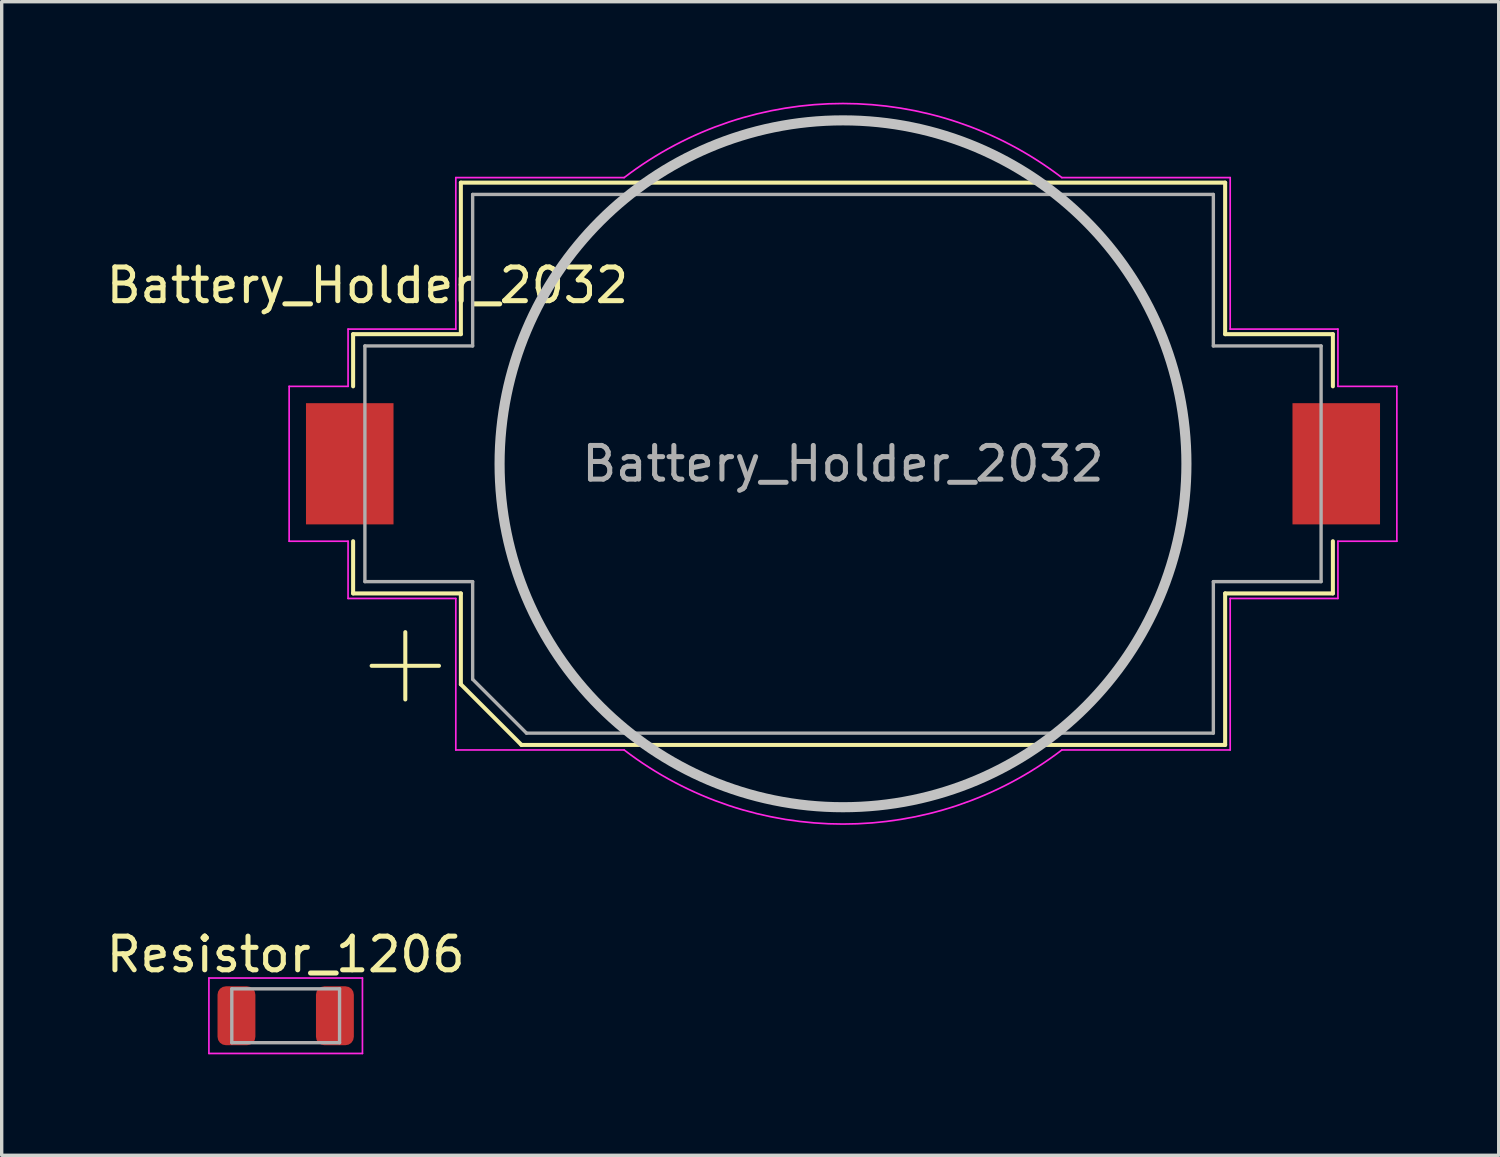
<source format=kicad_pcb>
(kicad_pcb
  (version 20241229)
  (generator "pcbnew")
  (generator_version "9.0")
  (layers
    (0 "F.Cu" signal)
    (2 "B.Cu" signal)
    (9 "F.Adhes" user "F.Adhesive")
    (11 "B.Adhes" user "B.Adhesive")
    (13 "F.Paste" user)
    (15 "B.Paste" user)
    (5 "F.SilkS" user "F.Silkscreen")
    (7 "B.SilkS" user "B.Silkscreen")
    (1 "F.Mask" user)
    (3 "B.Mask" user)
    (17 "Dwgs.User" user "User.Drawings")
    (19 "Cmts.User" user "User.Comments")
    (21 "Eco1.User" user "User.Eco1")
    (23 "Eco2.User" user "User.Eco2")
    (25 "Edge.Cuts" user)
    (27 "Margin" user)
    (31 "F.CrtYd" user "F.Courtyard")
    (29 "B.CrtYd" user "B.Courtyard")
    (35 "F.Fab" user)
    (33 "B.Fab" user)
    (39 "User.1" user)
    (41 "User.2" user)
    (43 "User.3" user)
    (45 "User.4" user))
  (footprint "Resistor_1206"
    (layer "F.Cu")
    (at 5.435 27.119)
    (property "Reference" "Resistor_1206" (at 0 -1.82 0) (layer "F.SilkS") (effects (font (size 1 1) (thickness 0.15))))
    (attr smd)
    (fp_line (start -2.28 -1.12) (end 2.28 -1.12) (stroke (width 0.05) (type solid)) (layer "F.CrtYd"))
    (fp_line (start -2.28 1.12) (end -2.28 -1.12) (stroke (width 0.05) (type solid)) (layer "F.CrtYd"))
    (fp_line (start 2.28 -1.12) (end 2.28 1.12) (stroke (width 0.05) (type solid)) (layer "F.CrtYd"))
    (fp_line (start 2.28 1.12) (end -2.28 1.12) (stroke (width 0.05) (type solid)) (layer "F.CrtYd"))
    (fp_line (start -1.6 -0.8) (end 1.6 -0.8) (stroke (width 0.1) (type solid)) (layer "F.Fab"))
    (fp_line (start -1.6 0.8) (end -1.6 -0.8) (stroke (width 0.1) (type solid)) (layer "F.Fab"))
    (fp_line (start 1.6 -0.8) (end 1.6 0.8) (stroke (width 0.1) (type solid)) (layer "F.Fab"))
    (fp_line (start 1.6 0.8) (end -1.6 0.8) (stroke (width 0.1) (type solid)) (layer "F.Fab"))
    (pad "1" smd roundrect (at -1.462 0) (size 1.125 1.75) (layers "F.Cu" "F.Mask" "F.Paste") (roundrect_rratio 0.222))
    (pad "2" smd roundrect (at 1.462 0) (size 1.125 1.75) (layers "F.Cu" "F.Mask" "F.Paste") (roundrect_rratio 0.222)))
  (footprint "Battery_Holder_2032"
    (layer "F.Cu")
    (at 21.988 10.725)
    (property "Reference" "Battery_Holder_2032" (at -14.125 -5.3 0) (layer "F.SilkS") (effects (font (size 1 1) (thickness 0.15))))
    (attr smd)
    (fp_line (start -14.55 -3.85) (end -14.55 -2.3) (stroke (width 0.12) (type solid)) (layer "F.SilkS"))
    (fp_line (start -14.55 3.85) (end -14.55 2.3) (stroke (width 0.12) (type solid)) (layer "F.SilkS"))
    (fp_line (start -13 5) (end -13 7) (stroke (width 0.12) (type solid)) (layer "F.SilkS"))
    (fp_line (start -12 6) (end -14 6) (stroke (width 0.12) (type solid)) (layer "F.SilkS"))
    (fp_line (start -11.35 -8.35) (end -11.35 -3.85) (stroke (width 0.12) (type solid)) (layer "F.SilkS"))
    (fp_line (start -11.35 -8.35) (end 11.35 -8.35) (stroke (width 0.12) (type solid)) (layer "F.SilkS"))
    (fp_line (start -11.35 -3.85) (end -14.55 -3.85) (stroke (width 0.12) (type solid)) (layer "F.SilkS"))
    (fp_line (start -11.35 3.85) (end -14.55 3.85) (stroke (width 0.12) (type solid)) (layer "F.SilkS"))
    (fp_line (start -11.35 6.55) (end -11.35 3.85) (stroke (width 0.12) (type solid)) (layer "F.SilkS"))
    (fp_line (start -9.55 8.35) (end -11.35 6.55) (stroke (width 0.12) (type solid)) (layer "F.SilkS"))
    (fp_line (start 11.35 -8.35) (end 11.35 -3.85) (stroke (width 0.12) (type solid)) (layer "F.SilkS"))
    (fp_line (start 11.35 -3.85) (end 14.55 -3.85) (stroke (width 0.12) (type solid)) (layer "F.SilkS"))
    (fp_line (start 11.35 3.85) (end 14.55 3.85) (stroke (width 0.12) (type solid)) (layer "F.SilkS"))
    (fp_line (start 11.35 8.35) (end -9.55 8.35) (stroke (width 0.12) (type solid)) (layer "F.SilkS"))
    (fp_line (start 11.35 8.35) (end 11.35 3.85) (stroke (width 0.12) (type solid)) (layer "F.SilkS"))
    (fp_line (start 14.55 -3.85) (end 14.55 -2.3) (stroke (width 0.12) (type solid)) (layer "F.SilkS"))
    (fp_line (start 14.55 3.85) (end 14.55 2.3) (stroke (width 0.12) (type solid)) (layer "F.SilkS"))
    (fp_circle (center 0 0) (end -10.2 0) (stroke (width 0.3) (type solid)) (fill no) (layer "Dwgs.User"))
    (fp_line (start -16.45 2.3) (end -16.45 -2.3) (stroke (width 0.05) (type solid)) (layer "F.CrtYd"))
    (fp_line (start -14.7 -4) (end -11.5 -4) (stroke (width 0.05) (type solid)) (layer "F.CrtYd"))
    (fp_line (start -14.7 -2.3) (end -16.45 -2.3) (stroke (width 0.05) (type solid)) (layer "F.CrtYd"))
    (fp_line (start -14.7 -2.3) (end -14.7 -4) (stroke (width 0.05) (type solid)) (layer "F.CrtYd"))
    (fp_line (start -14.7 2.3) (end -16.45 2.3) (stroke (width 0.05) (type solid)) (layer "F.CrtYd"))
    (fp_line (start -14.7 4) (end -14.7 2.3) (stroke (width 0.05) (type solid)) (layer "F.CrtYd"))
    (fp_line (start -14.7 4) (end -11.5 4) (stroke (width 0.05) (type solid)) (layer "F.CrtYd"))
    (fp_line (start -11.5 -8.5) (end -6.5 -8.5) (stroke (width 0.05) (type solid)) (layer "F.CrtYd"))
    (fp_line (start -11.5 -4) (end -11.5 -8.5) (stroke (width 0.05) (type solid)) (layer "F.CrtYd"))
    (fp_line (start -11.5 4) (end -11.5 8.5) (stroke (width 0.05) (type solid)) (layer "F.CrtYd"))
    (fp_line (start -6.5 8.5) (end -11.5 8.5) (stroke (width 0.05) (type solid)) (layer "F.CrtYd"))
    (fp_line (start 11.5 -8.5) (end 6.5 -8.5) (stroke (width 0.05) (type solid)) (layer "F.CrtYd"))
    (fp_line (start 11.5 -8.5) (end 11.5 -4) (stroke (width 0.05) (type solid)) (layer "F.CrtYd"))
    (fp_line (start 11.5 -4) (end 14.7 -4) (stroke (width 0.05) (type solid)) (layer "F.CrtYd"))
    (fp_line (start 11.5 4) (end 11.5 8.5) (stroke (width 0.05) (type solid)) (layer "F.CrtYd"))
    (fp_line (start 11.5 8.5) (end 6.5 8.5) (stroke (width 0.05) (type solid)) (layer "F.CrtYd"))
    (fp_line (start 14.7 -4) (end 14.7 -2.3) (stroke (width 0.05) (type solid)) (layer "F.CrtYd"))
    (fp_line (start 14.7 -2.3) (end 16.45 -2.3) (stroke (width 0.05) (type solid)) (layer "F.CrtYd"))
    (fp_line (start 14.7 2.3) (end 14.7 4) (stroke (width 0.05) (type solid)) (layer "F.CrtYd"))
    (fp_line (start 14.7 4) (end 11.5 4) (stroke (width 0.05) (type solid)) (layer "F.CrtYd"))
    (fp_line (start 16.45 -2.3) (end 16.45 2.3) (stroke (width 0.05) (type solid)) (layer "F.CrtYd"))
    (fp_line (start 16.45 2.3) (end 14.7 2.3) (stroke (width 0.05) (type solid)) (layer "F.CrtYd"))
    (fp_arc (start -6.499999 -8.5) (mid 0 -10.700467) (end 6.5 -8.5) (stroke (width 0.05) (type solid)) (layer "F.CrtYd"))
    (fp_arc (start 6.499999 8.5) (mid 0 10.700467) (end -6.5 8.5) (stroke (width 0.05) (type solid)) (layer "F.CrtYd"))
    (fp_line (start -14.2 -3.5) (end -11 -3.5) (stroke (width 0.1) (type solid)) (layer "F.Fab"))
    (fp_line (start -14.2 3.5) (end -14.2 -3.5) (stroke (width 0.1) (type solid)) (layer "F.Fab"))
    (fp_line (start -11 -8) (end -11 -3.5) (stroke (width 0.1) (type solid)) (layer "F.Fab"))
    (fp_line (start -11 3.5) (end -14.2 3.5) (stroke (width 0.1) (type solid)) (layer "F.Fab"))
    (fp_line (start -11 6.4) (end -11 3.5) (stroke (width 0.1) (type solid)) (layer "F.Fab"))
    (fp_line (start -9.4 8) (end -11 6.4) (stroke (width 0.1) (type solid)) (layer "F.Fab"))
    (fp_line (start 11 -8) (end -11 -8) (stroke (width 0.1) (type solid)) (layer "F.Fab"))
    (fp_line (start 11 -8) (end 11 -3.5) (stroke (width 0.1) (type solid)) (layer "F.Fab"))
    (fp_line (start 11 3.5) (end 14.2 3.5) (stroke (width 0.1) (type solid)) (layer "F.Fab"))
    (fp_line (start 11 8) (end -9.4 8) (stroke (width 0.1) (type solid)) (layer "F.Fab"))
    (fp_line (start 11 8) (end 11 3.5) (stroke (width 0.1) (type solid)) (layer "F.Fab"))
    (fp_line (start 14.2 -3.5) (end 11 -3.5) (stroke (width 0.1) (type solid)) (layer "F.Fab"))
    (fp_line (start 14.2 3.5) (end 14.2 -3.5) (stroke (width 0.1) (type solid)) (layer "F.Fab"))
    (fp_text user "${REFERENCE}" (at 0 0 0) (layer "F.Fab") (effects (font (size 1 1) (thickness 0.15))))
    (pad "1" smd rect (at -14.65 0 180) (size 2.6 3.6) (layers "F.Cu" "F.Mask" "F.Paste"))
    (pad "2" smd rect (at 14.65 0 180) (size 2.6 3.6) (layers "F.Cu" "F.Mask" "F.Paste")))
  (gr_rect
    (start -3 -3)
    (end 41.463 31.264)
    (stroke (width 0.1) (type default))
    (fill no)
    (layer "Edge.Cuts")))
</source>
